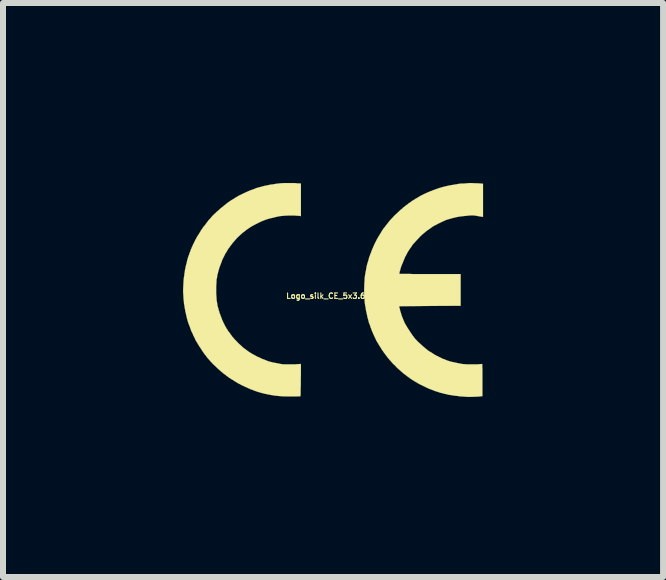
<source format=kicad_pcb>
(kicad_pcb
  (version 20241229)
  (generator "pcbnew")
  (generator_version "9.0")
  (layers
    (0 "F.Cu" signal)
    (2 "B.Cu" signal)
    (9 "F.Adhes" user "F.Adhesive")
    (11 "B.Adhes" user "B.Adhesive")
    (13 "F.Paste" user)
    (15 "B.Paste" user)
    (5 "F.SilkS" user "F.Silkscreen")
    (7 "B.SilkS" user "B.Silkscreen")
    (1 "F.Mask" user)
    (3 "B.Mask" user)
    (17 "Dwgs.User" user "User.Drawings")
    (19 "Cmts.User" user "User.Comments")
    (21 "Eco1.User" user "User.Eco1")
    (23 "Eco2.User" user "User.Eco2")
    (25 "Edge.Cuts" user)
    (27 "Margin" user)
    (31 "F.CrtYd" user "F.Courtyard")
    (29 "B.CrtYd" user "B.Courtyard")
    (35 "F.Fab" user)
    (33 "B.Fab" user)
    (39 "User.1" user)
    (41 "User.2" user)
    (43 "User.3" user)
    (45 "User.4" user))
  (footprint "Logo_silk_CE_5x3.6mm"
    (layer "F.Cu")
    (at 2.501 1.782)
    (property "Reference" "Logo_silk_CE_5x3.6mm" (at 0 0.1 0) (layer "F.SilkS") (effects (font (size 0.091 0.091) (thickness 0.018))))
    (attr exclude_from_pos_files exclude_from_bom)
    (fp_poly (pts (xy 2.499 -1.217) (xy 2.484 -1.219) (xy 2.438 -1.227) (xy 2.398 -1.234) (xy 2.362 -1.24) (xy 2.329 -1.242) (xy 2.304 -1.242) (xy 2.261 -1.24) (xy 2.212 -1.234) (xy 2.159 -1.229) (xy 2.103 -1.222) (xy 2.052 -1.212) (xy 2.007 -1.201) (xy 1.968 -1.191) (xy 1.933 -1.181) (xy 1.908 -1.173) (xy 1.882 -1.166) (xy 1.862 -1.156) (xy 1.839 -1.146) (xy 1.811 -1.133) (xy 1.781 -1.118) (xy 1.763 -1.11) (xy 1.725 -1.09) (xy 1.694 -1.074) (xy 1.666 -1.059) (xy 1.641 -1.041) (xy 1.613 -1.021) (xy 1.58 -0.998) (xy 1.562 -0.986) (xy 1.529 -0.958) (xy 1.491 -0.927) (xy 1.453 -0.892) (xy 1.417 -0.853) (xy 1.384 -0.818) (xy 1.359 -0.79) (xy 1.346 -0.775) (xy 1.333 -0.762) (xy 1.326 -0.752) (xy 1.318 -0.742) (xy 1.308 -0.726) (xy 1.303 -0.716) (xy 1.298 -0.709) (xy 1.29 -0.701) (xy 1.28 -0.686) (xy 1.265 -0.663) (xy 1.247 -0.635) (xy 1.229 -0.602) (xy 1.224 -0.592) (xy 1.217 -0.577) (xy 1.209 -0.564) (xy 1.206 -0.559) (xy 1.201 -0.551) (xy 1.196 -0.538) (xy 1.194 -0.531) (xy 1.186 -0.513) (xy 1.176 -0.493) (xy 1.176 -0.488) (xy 1.166 -0.465) (xy 1.156 -0.439) (xy 1.143 -0.411) (xy 1.135 -0.389) (xy 1.128 -0.366) (xy 1.123 -0.353) (xy 1.123 -0.351) (xy 1.12 -0.335) (xy 1.115 -0.318) (xy 1.11 -0.305) (xy 1.107 -0.287) (xy 1.105 -0.274) (xy 1.102 -0.269) (xy 1.107 -0.269) (xy 1.123 -0.267) (xy 1.148 -0.267) (xy 1.181 -0.267) (xy 1.224 -0.267) (xy 1.275 -0.267) (xy 1.336 -0.264) (xy 1.405 -0.264) (xy 1.478 -0.264) (xy 1.562 -0.264) (xy 1.615 -0.264) (xy 2.126 -0.264) (xy 2.126 0) (xy 2.126 0.264) (xy 1.613 0.267) (xy 1.1 0.272) (xy 1.113 0.32) (xy 1.12 0.353) (xy 1.133 0.391) (xy 1.143 0.427) (xy 1.156 0.46) (xy 1.166 0.485) (xy 1.173 0.503) (xy 1.181 0.521) (xy 1.184 0.526) (xy 1.191 0.546) (xy 1.201 0.564) (xy 1.212 0.582) (xy 1.222 0.599) (xy 1.234 0.62) (xy 1.25 0.645) (xy 1.267 0.671) (xy 1.283 0.696) (xy 1.3 0.721) (xy 1.316 0.744) (xy 1.326 0.759) (xy 1.333 0.77) (xy 1.336 0.77) (xy 1.346 0.785) (xy 1.356 0.8) (xy 1.369 0.815) (xy 1.389 0.836) (xy 1.412 0.861) (xy 1.44 0.886) (xy 1.471 0.914) (xy 1.499 0.94) (xy 1.527 0.963) (xy 1.544 0.978) (xy 1.557 0.988) (xy 1.567 0.996) (xy 1.57 0.998) (xy 1.577 1.006) (xy 1.593 1.016) (xy 1.608 1.026) (xy 1.626 1.036) (xy 1.643 1.046) (xy 1.654 1.054) (xy 1.661 1.057) (xy 1.666 1.059) (xy 1.666 1.062) (xy 1.669 1.064) (xy 1.681 1.072) (xy 1.699 1.082) (xy 1.722 1.095) (xy 1.748 1.107) (xy 1.773 1.12) (xy 1.801 1.133) (xy 1.824 1.146) (xy 1.844 1.153) (xy 1.847 1.153) (xy 1.902 1.176) (xy 1.958 1.194) (xy 2.014 1.206) (xy 2.073 1.219) (xy 2.139 1.232) (xy 2.177 1.237) (xy 2.195 1.237) (xy 2.217 1.24) (xy 2.245 1.24) (xy 2.278 1.24) (xy 2.314 1.24) (xy 2.349 1.24) (xy 2.385 1.24) (xy 2.416 1.24) (xy 2.443 1.237) (xy 2.464 1.237) (xy 2.477 1.234) (xy 2.479 1.234) (xy 2.482 1.234) (xy 2.484 1.234) (xy 2.484 1.237) (xy 2.487 1.245) (xy 2.487 1.255) (xy 2.487 1.27) (xy 2.487 1.29) (xy 2.489 1.318) (xy 2.489 1.354) (xy 2.489 1.394) (xy 2.489 1.445) (xy 2.489 1.501) (xy 2.489 1.77) (xy 2.418 1.778) (xy 2.342 1.781) (xy 2.258 1.783) (xy 2.177 1.778) (xy 2.136 1.775) (xy 2.106 1.773) (xy 2.078 1.768) (xy 2.052 1.765) (xy 2.032 1.763) (xy 2.009 1.76) (xy 1.981 1.755) (xy 1.966 1.753) (xy 1.943 1.75) (xy 1.915 1.745) (xy 1.9 1.74) (xy 1.88 1.735) (xy 1.852 1.73) (xy 1.826 1.722) (xy 1.824 1.722) (xy 1.783 1.712) (xy 1.745 1.699) (xy 1.704 1.687) (xy 1.659 1.669) (xy 1.638 1.661) (xy 1.626 1.656) (xy 1.61 1.651) (xy 1.598 1.646) (xy 1.577 1.636) (xy 1.554 1.626) (xy 1.529 1.613) (xy 1.501 1.6) (xy 1.476 1.587) (xy 1.45 1.575) (xy 1.43 1.565) (xy 1.417 1.557) (xy 1.41 1.554) (xy 1.405 1.549) (xy 1.397 1.544) (xy 1.377 1.534) (xy 1.361 1.524) (xy 1.356 1.521) (xy 1.349 1.516) (xy 1.336 1.509) (xy 1.321 1.499) (xy 1.313 1.494) (xy 1.295 1.481) (xy 1.28 1.473) (xy 1.273 1.468) (xy 1.273 1.466) (xy 1.267 1.46) (xy 1.255 1.453) (xy 1.252 1.45) (xy 1.24 1.443) (xy 1.232 1.438) (xy 1.232 1.435) (xy 1.224 1.43) (xy 1.214 1.422) (xy 1.212 1.42) (xy 1.184 1.4) (xy 1.168 1.387) (xy 1.161 1.382) (xy 1.151 1.372) (xy 1.133 1.356) (xy 1.115 1.341) (xy 1.11 1.336) (xy 1.087 1.316) (xy 1.057 1.288) (xy 1.029 1.257) (xy 0.998 1.229) (xy 0.973 1.201) (xy 0.953 1.176) (xy 0.945 1.171) (xy 0.935 1.156) (xy 0.925 1.143) (xy 0.922 1.143) (xy 0.912 1.13) (xy 0.902 1.115) (xy 0.899 1.113) (xy 0.892 1.102) (xy 0.884 1.095) (xy 0.884 1.092) (xy 0.879 1.087) (xy 0.871 1.077) (xy 0.864 1.064) (xy 0.853 1.052) (xy 0.846 1.041) (xy 0.841 1.036) (xy 0.838 1.031) (xy 0.831 1.019) (xy 0.818 1.003) (xy 0.805 0.983) (xy 0.805 0.98) (xy 0.792 0.96) (xy 0.78 0.942) (xy 0.772 0.927) (xy 0.767 0.922) (xy 0.762 0.914) (xy 0.757 0.902) (xy 0.744 0.884) (xy 0.744 0.881) (xy 0.739 0.871) (xy 0.734 0.869) (xy 0.732 0.861) (xy 0.724 0.851) (xy 0.716 0.833) (xy 0.706 0.81) (xy 0.696 0.79) (xy 0.686 0.77) (xy 0.681 0.757) (xy 0.673 0.742) (xy 0.665 0.721) (xy 0.658 0.706) (xy 0.65 0.688) (xy 0.645 0.676) (xy 0.643 0.668) (xy 0.64 0.66) (xy 0.638 0.655) (xy 0.635 0.645) (xy 0.627 0.63) (xy 0.622 0.612) (xy 0.617 0.594) (xy 0.61 0.577) (xy 0.607 0.569) (xy 0.599 0.551) (xy 0.592 0.523) (xy 0.584 0.493) (xy 0.574 0.457) (xy 0.566 0.419) (xy 0.559 0.384) (xy 0.551 0.351) (xy 0.546 0.323) (xy 0.544 0.305) (xy 0.541 0.287) (xy 0.538 0.277) (xy 0.528 0.211) (xy 0.523 0.137) (xy 0.518 0.061) (xy 0.518 -0.015) (xy 0.521 -0.091) (xy 0.521 -0.094) (xy 0.523 -0.127) (xy 0.526 -0.16) (xy 0.526 -0.188) (xy 0.528 -0.211) (xy 0.531 -0.224) (xy 0.533 -0.246) (xy 0.538 -0.272) (xy 0.541 -0.292) (xy 0.549 -0.33) (xy 0.556 -0.373) (xy 0.564 -0.411) (xy 0.574 -0.447) (xy 0.584 -0.478) (xy 0.587 -0.488) (xy 0.592 -0.5) (xy 0.592 -0.508) (xy 0.594 -0.518) (xy 0.599 -0.533) (xy 0.605 -0.554) (xy 0.615 -0.577) (xy 0.622 -0.599) (xy 0.627 -0.61) (xy 0.632 -0.62) (xy 0.638 -0.638) (xy 0.64 -0.645) (xy 0.653 -0.678) (xy 0.671 -0.719) (xy 0.691 -0.765) (xy 0.714 -0.81) (xy 0.739 -0.859) (xy 0.765 -0.902) (xy 0.79 -0.942) (xy 0.8 -0.958) (xy 0.808 -0.973) (xy 0.815 -0.983) (xy 0.818 -0.988) (xy 0.82 -0.996) (xy 0.826 -1.001) (xy 0.833 -1.008) (xy 0.833 -1.011) (xy 0.841 -1.024) (xy 0.848 -1.034) (xy 0.856 -1.041) (xy 0.866 -1.054) (xy 0.869 -1.057) (xy 0.876 -1.069) (xy 0.884 -1.079) (xy 0.886 -1.079) (xy 0.892 -1.087) (xy 0.902 -1.1) (xy 0.904 -1.102) (xy 0.927 -1.133) (xy 0.955 -1.166) (xy 0.988 -1.201) (xy 1.024 -1.24) (xy 1.062 -1.275) (xy 1.097 -1.308) (xy 1.13 -1.339) (xy 1.133 -1.341) (xy 1.153 -1.356) (xy 1.168 -1.372) (xy 1.181 -1.382) (xy 1.189 -1.387) (xy 1.212 -1.407) (xy 1.232 -1.42) (xy 1.245 -1.43) (xy 1.252 -1.438) (xy 1.255 -1.438) (xy 1.262 -1.445) (xy 1.275 -1.453) (xy 1.28 -1.455) (xy 1.295 -1.466) (xy 1.306 -1.476) (xy 1.308 -1.476) (xy 1.321 -1.486) (xy 1.331 -1.491) (xy 1.344 -1.499) (xy 1.349 -1.501) (xy 1.354 -1.506) (xy 1.364 -1.511) (xy 1.374 -1.519) (xy 1.389 -1.527) (xy 1.41 -1.539) (xy 1.415 -1.542) (xy 1.435 -1.554) (xy 1.455 -1.567) (xy 1.473 -1.575) (xy 1.476 -1.577) (xy 1.511 -1.595) (xy 1.544 -1.61) (xy 1.572 -1.623) (xy 1.598 -1.633) (xy 1.613 -1.641) (xy 1.623 -1.646) (xy 1.633 -1.646) (xy 1.648 -1.654) (xy 1.674 -1.664) (xy 1.694 -1.671) (xy 1.765 -1.697) (xy 1.847 -1.72) (xy 1.933 -1.74) (xy 2.022 -1.755) (xy 2.035 -1.758) (xy 2.057 -1.76) (xy 2.08 -1.765) (xy 2.095 -1.768) (xy 2.116 -1.77) (xy 2.139 -1.773) (xy 2.159 -1.773) (xy 2.182 -1.773) (xy 2.207 -1.775) (xy 2.235 -1.778) (xy 2.243 -1.778) (xy 2.273 -1.781) (xy 2.311 -1.781) (xy 2.357 -1.778) (xy 2.395 -1.778) (xy 2.499 -1.77) (xy 2.499 -1.494) (xy 2.499 -1.217)) (stroke (width 0.003) (type solid)) (fill yes) (layer "F.SilkS"))
    (fp_poly (pts (xy -0.536 -1.229) (xy -0.554 -1.234) (xy -0.566 -1.234) (xy -0.584 -1.237) (xy -0.61 -1.237) (xy -0.64 -1.24) (xy -0.673 -1.24) (xy -0.744 -1.24) (xy -0.808 -1.237) (xy -0.866 -1.232) (xy -0.902 -1.227) (xy -0.96 -1.214) (xy -1.011 -1.201) (xy -1.057 -1.191) (xy -1.097 -1.179) (xy -1.135 -1.166) (xy -1.173 -1.151) (xy -1.214 -1.133) (xy -1.25 -1.115) (xy -1.3 -1.09) (xy -1.349 -1.064) (xy -1.389 -1.039) (xy -1.422 -1.016) (xy -1.448 -0.998) (xy -1.453 -0.993) (xy -1.46 -0.988) (xy -1.473 -0.978) (xy -1.476 -0.975) (xy -1.488 -0.965) (xy -1.499 -0.96) (xy -1.501 -0.958) (xy -1.506 -0.953) (xy -1.519 -0.942) (xy -1.534 -0.927) (xy -1.542 -0.922) (xy -1.562 -0.902) (xy -1.582 -0.884) (xy -1.6 -0.866) (xy -1.618 -0.846) (xy -1.638 -0.823) (xy -1.654 -0.805) (xy -1.674 -0.782) (xy -1.692 -0.757) (xy -1.712 -0.732) (xy -1.73 -0.706) (xy -1.748 -0.683) (xy -1.76 -0.663) (xy -1.768 -0.648) (xy -1.773 -0.64) (xy -1.773 -0.638) (xy -1.775 -0.632) (xy -1.781 -0.627) (xy -1.791 -0.612) (xy -1.801 -0.594) (xy -1.811 -0.572) (xy -1.824 -0.546) (xy -1.836 -0.523) (xy -1.847 -0.5) (xy -1.854 -0.48) (xy -1.859 -0.467) (xy -1.859 -0.462) (xy -1.862 -0.452) (xy -1.864 -0.452) (xy -1.867 -0.445) (xy -1.872 -0.429) (xy -1.875 -0.424) (xy -1.88 -0.409) (xy -1.885 -0.399) (xy -1.885 -0.396) (xy -1.887 -0.391) (xy -1.89 -0.384) (xy -1.895 -0.371) (xy -1.9 -0.351) (xy -1.908 -0.328) (xy -1.91 -0.315) (xy -1.915 -0.297) (xy -1.92 -0.279) (xy -1.925 -0.262) (xy -1.93 -0.244) (xy -1.93 -0.231) (xy -1.933 -0.216) (xy -1.935 -0.198) (xy -1.941 -0.183) (xy -1.943 -0.16) (xy -1.943 -0.127) (xy -1.946 -0.094) (xy -1.948 -0.053) (xy -1.948 -0.015) (xy -1.948 0.02) (xy -1.948 0.058) (xy -1.946 0.086) (xy -1.943 0.132) (xy -1.941 0.17) (xy -1.935 0.203) (xy -1.93 0.234) (xy -1.925 0.267) (xy -1.915 0.3) (xy -1.91 0.318) (xy -1.905 0.34) (xy -1.897 0.361) (xy -1.895 0.373) (xy -1.89 0.389) (xy -1.887 0.399) (xy -1.885 0.399) (xy -1.882 0.406) (xy -1.877 0.422) (xy -1.875 0.429) (xy -1.869 0.442) (xy -1.864 0.455) (xy -1.864 0.457) (xy -1.859 0.465) (xy -1.859 0.467) (xy -1.857 0.475) (xy -1.852 0.49) (xy -1.844 0.508) (xy -1.839 0.518) (xy -1.829 0.541) (xy -1.819 0.561) (xy -1.811 0.577) (xy -1.808 0.582) (xy -1.801 0.597) (xy -1.791 0.615) (xy -1.788 0.62) (xy -1.778 0.635) (xy -1.773 0.645) (xy -1.773 0.648) (xy -1.77 0.653) (xy -1.768 0.653) (xy -1.763 0.658) (xy -1.763 0.66) (xy -1.76 0.665) (xy -1.753 0.678) (xy -1.74 0.696) (xy -1.727 0.711) (xy -1.714 0.729) (xy -1.709 0.737) (xy -1.702 0.747) (xy -1.692 0.759) (xy -1.689 0.767) (xy -1.676 0.782) (xy -1.656 0.805) (xy -1.633 0.831) (xy -1.605 0.859) (xy -1.577 0.889) (xy -1.544 0.919) (xy -1.529 0.932) (xy -1.511 0.95) (xy -1.499 0.96) (xy -1.491 0.968) (xy -1.481 0.975) (xy -1.471 0.98) (xy -1.458 0.991) (xy -1.445 1.001) (xy -1.435 1.008) (xy -1.43 1.011) (xy -1.425 1.016) (xy -1.41 1.026) (xy -1.392 1.039) (xy -1.369 1.052) (xy -1.346 1.067) (xy -1.323 1.079) (xy -1.29 1.097) (xy -1.257 1.115) (xy -1.219 1.13) (xy -1.186 1.148) (xy -1.156 1.158) (xy -1.079 1.189) (xy -1.003 1.209) (xy -0.922 1.224) (xy -0.899 1.229) (xy -0.874 1.234) (xy -0.859 1.237) (xy -0.846 1.237) (xy -0.826 1.24) (xy -0.798 1.24) (xy -0.767 1.24) (xy -0.732 1.24) (xy -0.696 1.24) (xy -0.66 1.24) (xy -0.627 1.24) (xy -0.597 1.237) (xy -0.572 1.237) (xy -0.554 1.234) (xy -0.544 1.234) (xy -0.541 1.232) (xy -0.541 1.234) (xy -0.538 1.237) (xy -0.538 1.242) (xy -0.536 1.25) (xy -0.536 1.265) (xy -0.536 1.283) (xy -0.536 1.308) (xy -0.536 1.339) (xy -0.536 1.379) (xy -0.536 1.425) (xy -0.538 1.483) (xy -0.538 1.499) (xy -0.538 1.552) (xy -0.538 1.6) (xy -0.541 1.643) (xy -0.541 1.684) (xy -0.541 1.717) (xy -0.541 1.742) (xy -0.544 1.76) (xy -0.544 1.77) (xy -0.549 1.773) (xy -0.564 1.773) (xy -0.584 1.773) (xy -0.612 1.775) (xy -0.643 1.775) (xy -0.678 1.775) (xy -0.711 1.775) (xy -0.747 1.775) (xy -0.78 1.775) (xy -0.81 1.773) (xy -0.833 1.773) (xy -0.843 1.773) (xy -0.874 1.77) (xy -0.904 1.768) (xy -0.932 1.765) (xy -0.953 1.763) (xy -0.958 1.763) (xy -0.98 1.76) (xy -1.006 1.755) (xy -1.024 1.753) (xy -1.079 1.742) (xy -1.14 1.73) (xy -1.201 1.714) (xy -1.26 1.697) (xy -1.311 1.679) (xy -1.331 1.671) (xy -1.341 1.666) (xy -1.356 1.661) (xy -1.372 1.656) (xy -1.389 1.648) (xy -1.412 1.638) (xy -1.438 1.626) (xy -1.468 1.613) (xy -1.499 1.598) (xy -1.527 1.585) (xy -1.554 1.57) (xy -1.577 1.56) (xy -1.593 1.549) (xy -1.603 1.544) (xy -1.605 1.542) (xy -1.61 1.539) (xy -1.621 1.532) (xy -1.636 1.524) (xy -1.654 1.511) (xy -1.674 1.499) (xy -1.697 1.486) (xy -1.714 1.473) (xy -1.73 1.466) (xy -1.74 1.458) (xy -1.742 1.455) (xy -1.748 1.45) (xy -1.758 1.443) (xy -1.763 1.44) (xy -1.775 1.433) (xy -1.783 1.427) (xy -1.783 1.425) (xy -1.788 1.42) (xy -1.798 1.412) (xy -1.814 1.402) (xy -1.816 1.4) (xy -1.834 1.387) (xy -1.847 1.374) (xy -1.857 1.367) (xy -1.867 1.359) (xy -1.882 1.346) (xy -1.895 1.333) (xy -1.915 1.316) (xy -1.938 1.295) (xy -1.963 1.27) (xy -1.991 1.245) (xy -2.017 1.217) (xy -2.04 1.194) (xy -2.055 1.176) (xy -2.057 1.173) (xy -2.075 1.153) (xy -2.088 1.138) (xy -2.101 1.125) (xy -2.108 1.113) (xy -2.118 1.097) (xy -2.126 1.09) (xy -2.139 1.074) (xy -2.146 1.062) (xy -2.154 1.054) (xy -2.162 1.041) (xy -2.174 1.024) (xy -2.189 1.001) (xy -2.205 0.975) (xy -2.217 0.958) (xy -2.23 0.94) (xy -2.24 0.922) (xy -2.245 0.912) (xy -2.248 0.909) (xy -2.253 0.904) (xy -2.253 0.902) (xy -2.256 0.894) (xy -2.263 0.884) (xy -2.268 0.876) (xy -2.273 0.869) (xy -2.278 0.859) (xy -2.286 0.846) (xy -2.294 0.833) (xy -2.301 0.813) (xy -2.314 0.787) (xy -2.332 0.752) (xy -2.337 0.737) (xy -2.349 0.711) (xy -2.36 0.693) (xy -2.365 0.678) (xy -2.37 0.668) (xy -2.372 0.658) (xy -2.377 0.645) (xy -2.377 0.643) (xy -2.383 0.627) (xy -2.39 0.607) (xy -2.4 0.584) (xy -2.403 0.574) (xy -2.413 0.549) (xy -2.423 0.518) (xy -2.431 0.485) (xy -2.436 0.472) (xy -2.441 0.445) (xy -2.449 0.414) (xy -2.454 0.386) (xy -2.459 0.373) (xy -2.464 0.351) (xy -2.466 0.328) (xy -2.471 0.31) (xy -2.471 0.307) (xy -2.474 0.287) (xy -2.477 0.264) (xy -2.479 0.257) (xy -2.484 0.229) (xy -2.487 0.191) (xy -2.492 0.15) (xy -2.494 0.107) (xy -2.497 0.064) (xy -2.499 0.025) (xy -2.499 -0.003) (xy -2.497 -0.046) (xy -2.494 -0.097) (xy -2.492 -0.147) (xy -2.487 -0.201) (xy -2.479 -0.246) (xy -2.479 -0.254) (xy -2.477 -0.277) (xy -2.471 -0.297) (xy -2.471 -0.31) (xy -2.469 -0.328) (xy -2.464 -0.348) (xy -2.459 -0.371) (xy -2.459 -0.373) (xy -2.454 -0.399) (xy -2.446 -0.427) (xy -2.438 -0.457) (xy -2.436 -0.472) (xy -2.428 -0.503) (xy -2.421 -0.528) (xy -2.416 -0.546) (xy -2.41 -0.561) (xy -2.408 -0.569) (xy -2.403 -0.579) (xy -2.398 -0.594) (xy -2.393 -0.612) (xy -2.385 -0.63) (xy -2.38 -0.645) (xy -2.375 -0.655) (xy -2.372 -0.665) (xy -2.37 -0.668) (xy -2.37 -0.676) (xy -2.362 -0.688) (xy -2.355 -0.709) (xy -2.349 -0.719) (xy -2.332 -0.759) (xy -2.316 -0.79) (xy -2.304 -0.815) (xy -2.294 -0.838) (xy -2.283 -0.853) (xy -2.276 -0.871) (xy -2.266 -0.886) (xy -2.256 -0.904) (xy -2.243 -0.922) (xy -2.228 -0.947) (xy -2.225 -0.95) (xy -2.215 -0.968) (xy -2.207 -0.98) (xy -2.202 -0.991) (xy -2.2 -0.996) (xy -2.195 -1.001) (xy -2.187 -1.011) (xy -2.184 -1.013) (xy -2.177 -1.029) (xy -2.169 -1.039) (xy -2.167 -1.041) (xy -2.162 -1.049) (xy -2.151 -1.062) (xy -2.136 -1.079) (xy -2.121 -1.1) (xy -2.106 -1.12) (xy -2.09 -1.14) (xy -2.08 -1.156) (xy -2.073 -1.163) (xy -2.065 -1.171) (xy -2.052 -1.186) (xy -2.037 -1.201) (xy -2.032 -1.209) (xy -2.012 -1.232) (xy -1.994 -1.25) (xy -1.976 -1.267) (xy -1.956 -1.285) (xy -1.935 -1.306) (xy -1.91 -1.326) (xy -1.892 -1.344) (xy -1.88 -1.354) (xy -1.869 -1.364) (xy -1.862 -1.369) (xy -1.854 -1.374) (xy -1.849 -1.379) (xy -1.836 -1.389) (xy -1.824 -1.4) (xy -1.821 -1.402) (xy -1.811 -1.41) (xy -1.798 -1.42) (xy -1.783 -1.433) (xy -1.768 -1.443) (xy -1.758 -1.453) (xy -1.753 -1.455) (xy -1.748 -1.46) (xy -1.735 -1.468) (xy -1.717 -1.481) (xy -1.699 -1.494) (xy -1.679 -1.504) (xy -1.664 -1.514) (xy -1.651 -1.521) (xy -1.646 -1.524) (xy -1.638 -1.529) (xy -1.636 -1.534) (xy -1.631 -1.537) (xy -1.628 -1.537) (xy -1.623 -1.539) (xy -1.61 -1.547) (xy -1.603 -1.552) (xy -1.585 -1.562) (xy -1.565 -1.575) (xy -1.549 -1.58) (xy -1.532 -1.59) (xy -1.509 -1.6) (xy -1.483 -1.613) (xy -1.466 -1.621) (xy -1.44 -1.633) (xy -1.422 -1.641) (xy -1.407 -1.648) (xy -1.394 -1.654) (xy -1.384 -1.656) (xy -1.374 -1.661) (xy -1.318 -1.681) (xy -1.298 -1.689) (xy -1.28 -1.697) (xy -1.255 -1.704) (xy -1.224 -1.712) (xy -1.189 -1.722) (xy -1.151 -1.732) (xy -1.113 -1.74) (xy -1.074 -1.748) (xy -1.041 -1.755) (xy -1.019 -1.758) (xy -0.996 -1.76) (xy -0.973 -1.765) (xy -0.953 -1.768) (xy -0.912 -1.773) (xy -0.866 -1.778) (xy -0.813 -1.781) (xy -0.754 -1.781) (xy -0.696 -1.781) (xy -0.64 -1.781) (xy -0.587 -1.775) (xy -0.566 -1.775) (xy -0.536 -1.773) (xy -0.536 -1.501) (xy -0.536 -1.229)) (stroke (width 0.003) (type solid)) (fill yes) (layer "F.SilkS")))
  (gr_rect
    (start -3 -3)
    (end 8.001 6.566)
    (stroke (width 0.1) (type default))
    (fill no)
    (layer "Edge.Cuts")))
</source>
